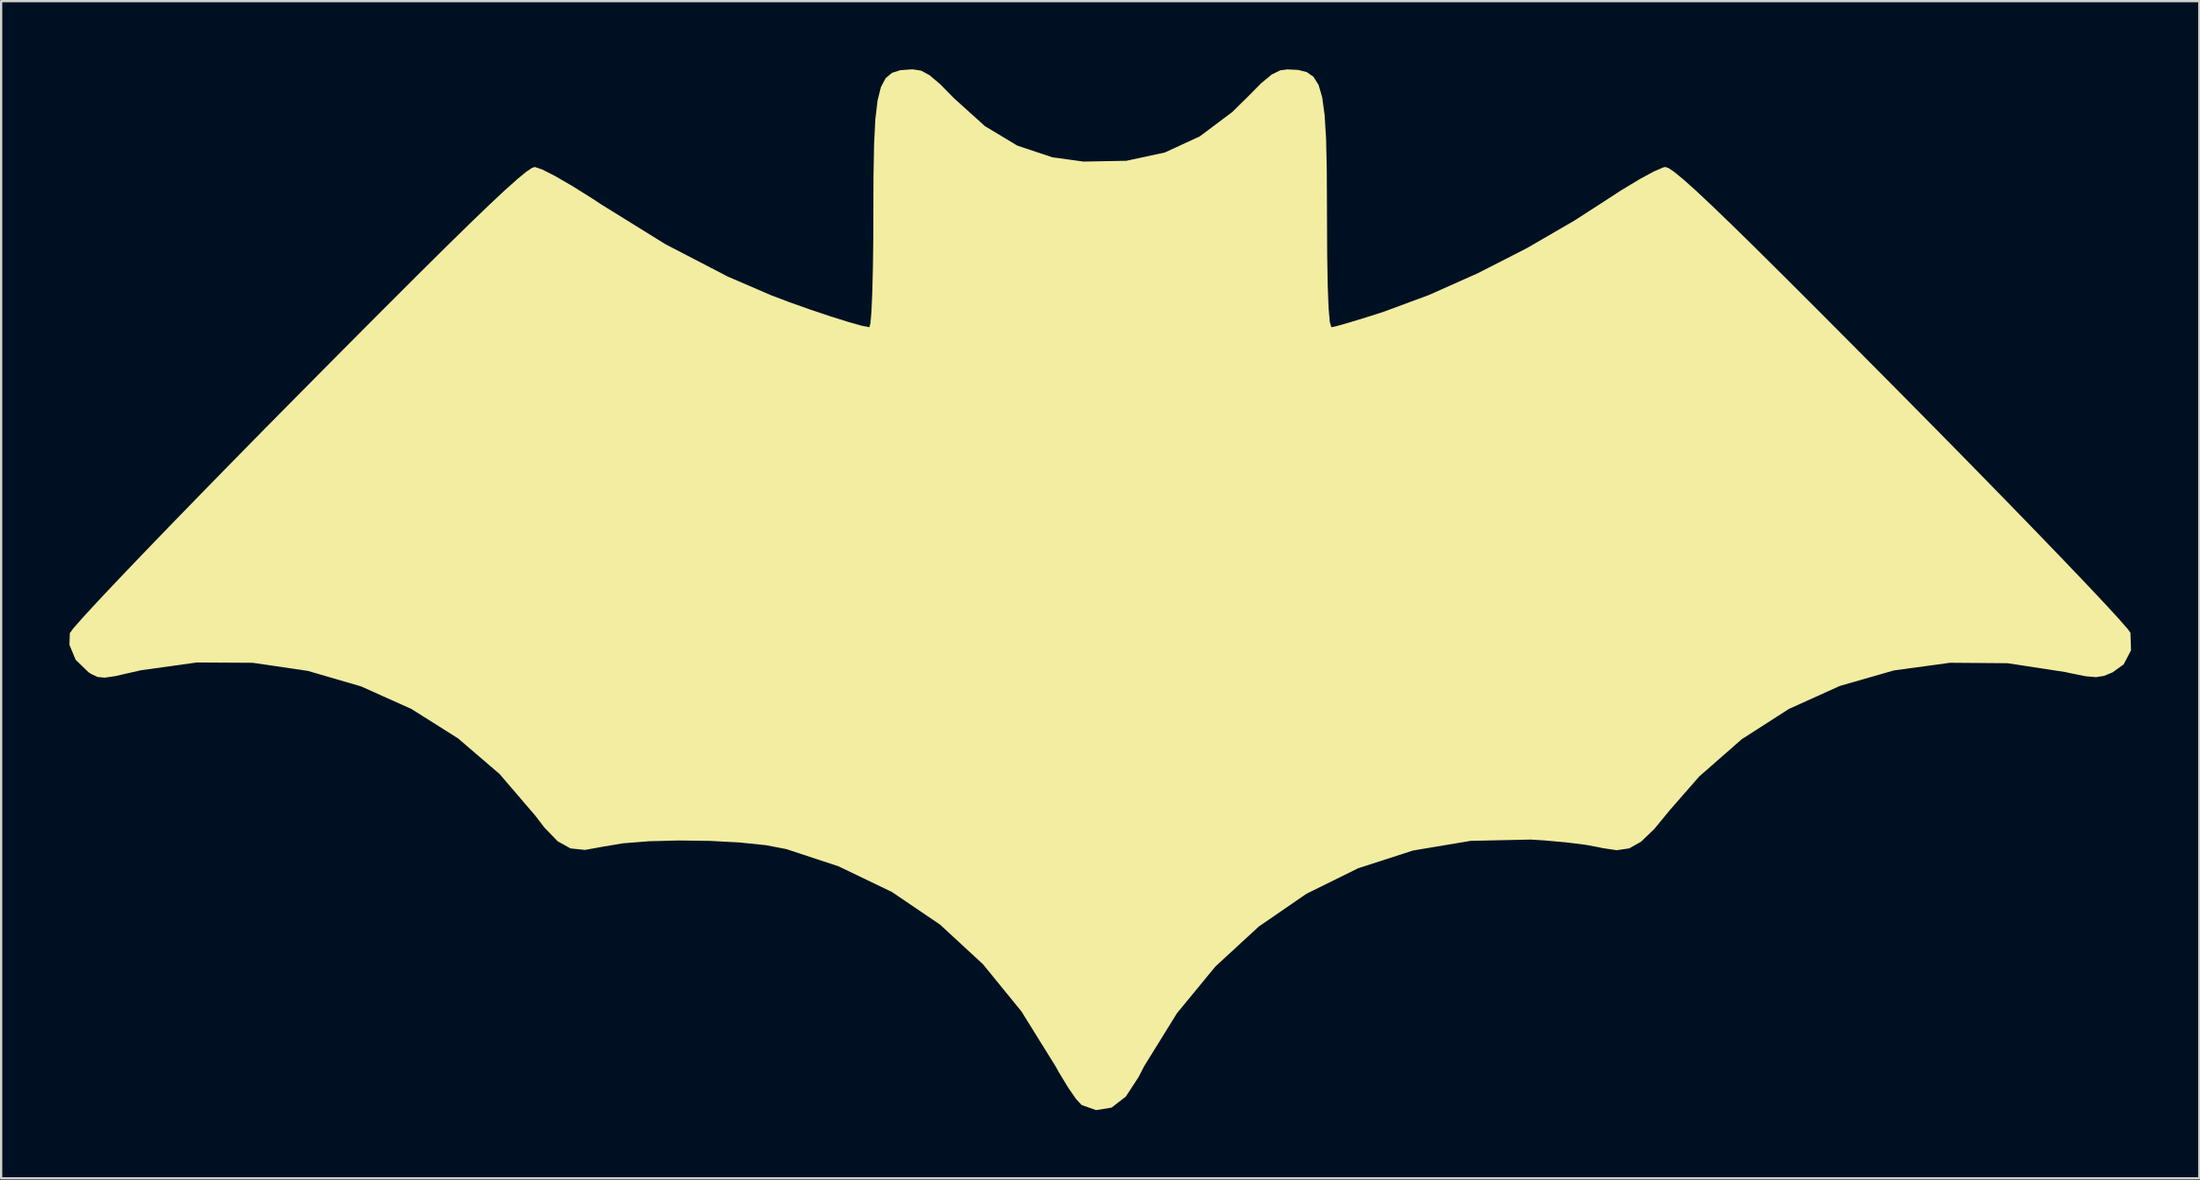
<source format=kicad_pcb>
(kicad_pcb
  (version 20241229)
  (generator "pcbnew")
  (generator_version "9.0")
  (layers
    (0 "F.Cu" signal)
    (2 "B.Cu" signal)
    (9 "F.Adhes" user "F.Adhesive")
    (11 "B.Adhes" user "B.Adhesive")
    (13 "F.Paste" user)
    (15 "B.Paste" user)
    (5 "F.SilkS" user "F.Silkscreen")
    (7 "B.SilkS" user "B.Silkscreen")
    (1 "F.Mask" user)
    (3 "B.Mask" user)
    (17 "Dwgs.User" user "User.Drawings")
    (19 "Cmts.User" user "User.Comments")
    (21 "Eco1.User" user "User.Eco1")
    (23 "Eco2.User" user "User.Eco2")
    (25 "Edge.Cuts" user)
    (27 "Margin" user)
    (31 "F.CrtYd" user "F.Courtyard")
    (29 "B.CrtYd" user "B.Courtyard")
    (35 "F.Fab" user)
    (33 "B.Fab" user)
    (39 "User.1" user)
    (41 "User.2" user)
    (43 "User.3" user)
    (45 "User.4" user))
  (footprint "Bat front"
    (layer "F.Cu")
    (at 45.281 22.86)
    (property "Reference" "Bat front" (at 0 0 0) (layer "F.SilkS") (effects (font (size 1.5 1.5) (thickness 0.3))))
    (attr board_only exclude_from_pos_files exclude_from_bom)
    (fp_poly (pts (xy 8.695 -22.837) (xy 9.076 -22.741) (xy 9.372 -22.534) (xy 9.595 -22.176) (xy 9.754 -21.63) (xy 9.86 -20.856) (xy 9.924 -19.817) (xy 9.955 -18.471) (xy 9.964 -16.783) (xy 9.965 -16.383) (xy 9.973 -14.692) (xy 9.996 -13.351) (xy 10.035 -12.37) (xy 10.088 -11.76) (xy 10.156 -11.529) (xy 10.164 -11.528) (xy 10.42 -11.585) (xy 10.964 -11.741) (xy 11.712 -11.97) (xy 12.459 -12.209) (xy 14.44 -12.943) (xy 16.575 -13.894) (xy 18.743 -15.002) (xy 20.822 -16.208) (xy 21.999 -16.967) (xy 22.876 -17.538) (xy 23.673 -18.02) (xy 24.32 -18.372) (xy 24.746 -18.554) (xy 24.833 -18.571) (xy 24.984 -18.515) (xy 25.247 -18.332) (xy 25.639 -18.008) (xy 26.176 -17.527) (xy 26.873 -16.872) (xy 27.747 -16.03) (xy 28.814 -14.984) (xy 30.089 -13.719) (xy 31.59 -12.219) (xy 33.331 -10.469) (xy 35.226 -8.557) (xy 36.857 -6.906) (xy 38.407 -5.327) (xy 39.855 -3.844) (xy 41.178 -2.48) (xy 42.354 -1.258) (xy 43.362 -0.202) (xy 44.178 0.667) (xy 44.781 1.324) (xy 45.149 1.747) (xy 45.26 1.905) (xy 45.286 2.672) (xy 44.962 3.292) (xy 44.474 3.643) (xy 44.102 3.796) (xy 43.749 3.853) (xy 43.291 3.813) (xy 42.606 3.675) (xy 42.402 3.629) (xy 39.858 3.24) (xy 37.335 3.22) (xy 34.869 3.557) (xy 32.497 4.238) (xy 30.257 5.25) (xy 28.185 6.581) (xy 26.317 8.218) (xy 25.046 9.672) (xy 24.345 10.524) (xy 23.768 11.08) (xy 23.242 11.379) (xy 22.691 11.459) (xy 22.041 11.362) (xy 21.933 11.335) (xy 21.336 11.223) (xy 20.483 11.116) (xy 19.508 11.028) (xy 18.908 10.991) (xy 16.278 11.048) (xy 13.744 11.473) (xy 11.331 12.253) (xy 9.063 13.373) (xy 6.965 14.817) (xy 5.061 16.572) (xy 3.376 18.621) (xy 1.934 20.95) (xy 1.683 21.436) (xy 1.126 22.289) (xy 0.5 22.773) (xy -0.179 22.883) (xy -0.813 22.659) (xy -1.049 22.408) (xy -1.401 21.902) (xy -1.806 21.233) (xy -1.961 20.955) (xy -3.458 18.546) (xy -5.145 16.474) (xy -7.037 14.727) (xy -9.147 13.296) (xy -11.489 12.169) (xy -13.791 11.409) (xy -14.682 11.239) (xy -15.84 11.119) (xy -17.156 11.049) (xy -18.521 11.031) (xy -19.828 11.066) (xy -20.967 11.156) (xy -21.83 11.302) (xy -21.841 11.304) (xy -22.633 11.446) (xy -23.267 11.381) (xy -23.831 11.067) (xy -24.414 10.464) (xy -24.817 9.939) (xy -26.386 8.108) (xy -28.213 6.541) (xy -30.254 5.253) (xy -32.466 4.26) (xy -34.805 3.578) (xy -37.227 3.222) (xy -39.688 3.208) (xy -42.145 3.551) (xy -42.528 3.638) (xy -43.26 3.806) (xy -43.727 3.875) (xy -44.041 3.846) (xy -44.316 3.718) (xy -44.442 3.638) (xy -45.006 3.092) (xy -45.281 2.432) (xy -45.264 1.919) (xy -45.111 1.709) (xy -44.703 1.245) (xy -44.064 0.55) (xy -43.215 -0.352) (xy -42.179 -1.438) (xy -40.977 -2.686) (xy -39.632 -4.071) (xy -38.166 -5.572) (xy -36.601 -7.165) (xy -35.226 -8.557) (xy -33.236 -10.564) (xy -31.503 -12.305) (xy -30.01 -13.797) (xy -28.742 -15.054) (xy -27.683 -16.092) (xy -26.817 -16.926) (xy -26.127 -17.571) (xy -25.599 -18.042) (xy -25.217 -18.356) (xy -24.964 -18.527) (xy -24.836 -18.571) (xy -24.514 -18.462) (xy -23.941 -18.17) (xy -23.187 -17.733) (xy -22.32 -17.19) (xy -21.905 -16.917) (xy -19.094 -15.174) (xy -16.358 -13.753) (xy -14.458 -12.934) (xy -13.645 -12.625) (xy -12.749 -12.308) (xy -11.861 -12.01) (xy -11.07 -11.761) (xy -10.466 -11.591) (xy -10.139 -11.528) (xy -10.09 -11.715) (xy -10.047 -12.244) (xy -10.011 -13.065) (xy -9.984 -14.129) (xy -9.968 -15.387) (xy -9.965 -16.383) (xy -9.958 -18.149) (xy -9.932 -19.562) (xy -9.877 -20.663) (xy -9.78 -21.489) (xy -9.633 -22.079) (xy -9.425 -22.473) (xy -9.144 -22.708) (xy -8.782 -22.824) (xy -8.326 -22.859) (xy -8.219 -22.86) (xy -7.864 -22.804) (xy -7.486 -22.599) (xy -7.011 -22.193) (xy -6.412 -21.583) (xy -5.062 -20.365) (xy -3.642 -19.511) (xy -2.1 -18.995) (xy -0.729 -18.808) (xy 1.151 -18.843) (xy 2.839 -19.207) (xy 4.375 -19.915) (xy 5.8 -20.984) (xy 6.441 -21.614) (xy 7.07 -22.249) (xy 7.533 -22.632) (xy 7.907 -22.818) (xy 8.219 -22.86)) (stroke (width 0) (type solid)) (fill yes) (layer "F.SilkS")))
  (gr_rect
    (start -3 -3)
    (end 93.567 48.743)
    (stroke (width 0.1) (type default))
    (fill no)
    (layer "Edge.Cuts")))
</source>
